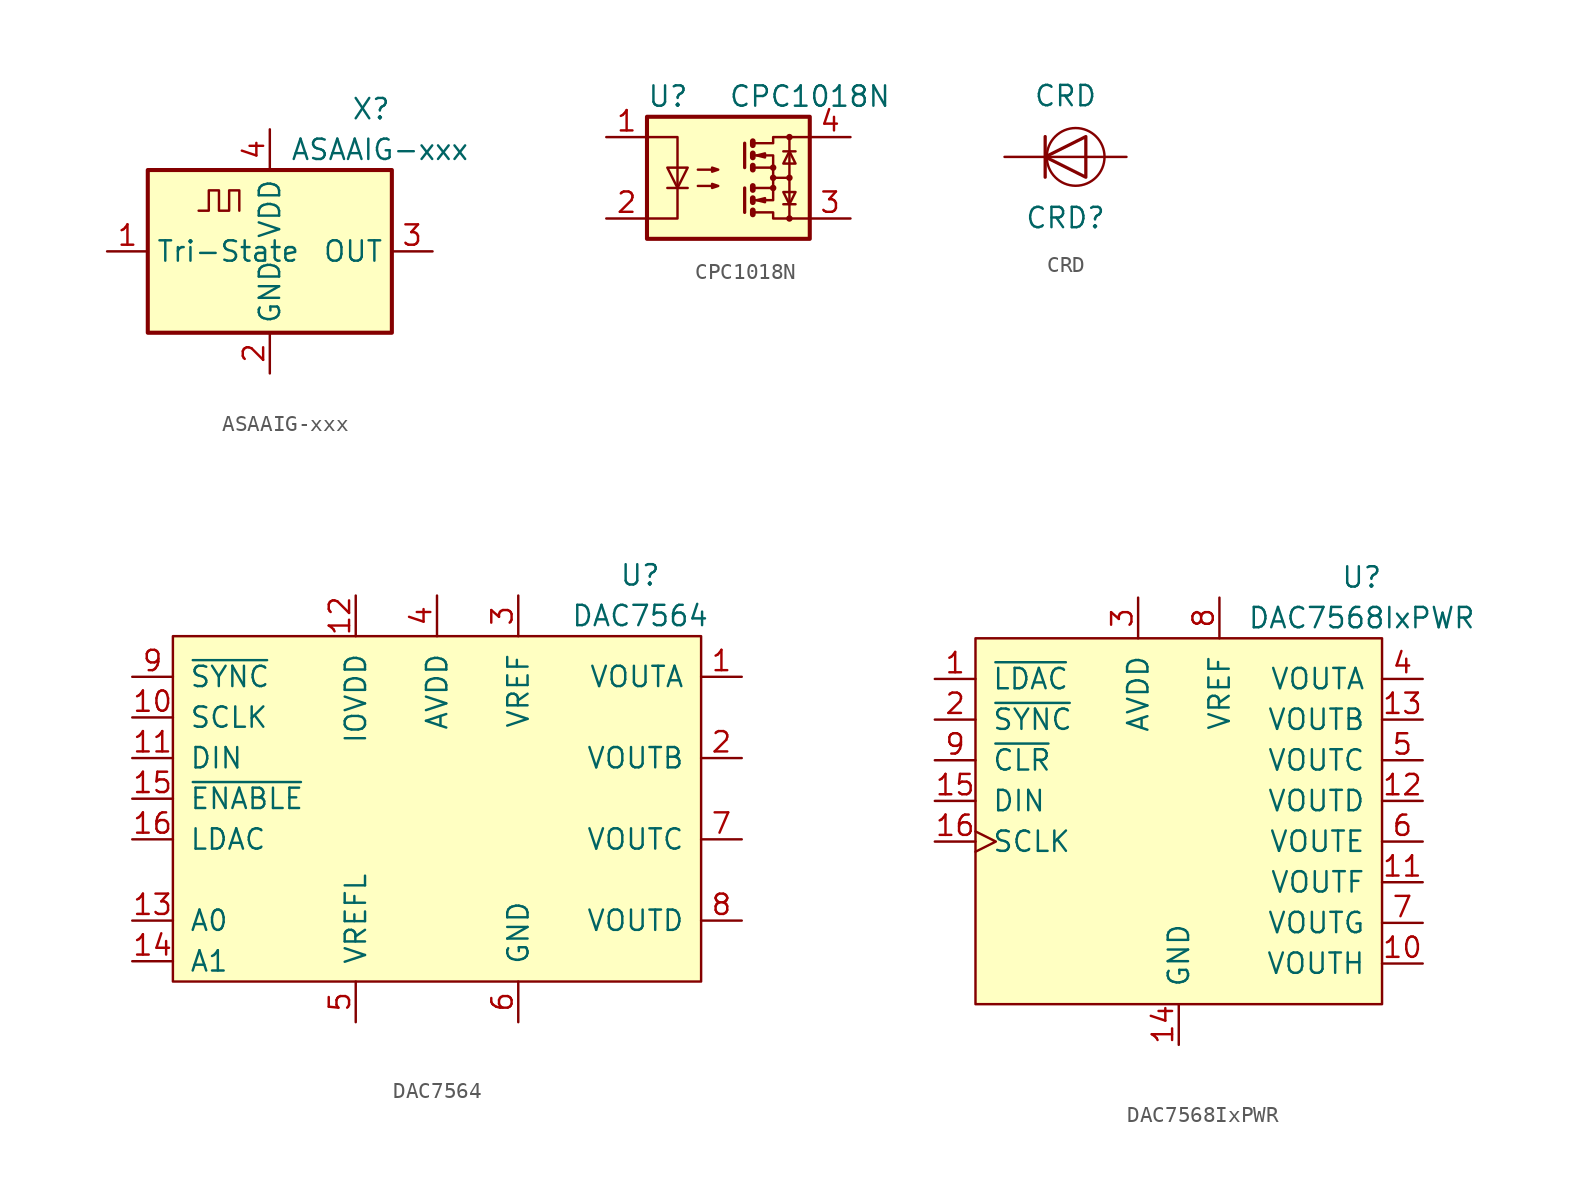
<source format=kicad_sym>
(kicad_symbol_lib
  (version 20211014)
  (generator kicad_symbol_editor)
  (symbol "ASAAIG-xxx"
    (property "Reference" "X"
      (at 5.08 8.89 0)
      (effects (font (size 1.27 1.27)) (justify left)))
    (property "Value" "ASAAIG-xxx"
      (at 1.27 6.35 0)
      (effects (font (size 1.27 1.27)) (justify left)))
    (symbol "ASAAIG-xxx_0_1"
      (rectangle (start -7.62 5.08) (end 7.62 -5.08) (stroke (width 0.254) (type default) (color 0 0 0 0)) (fill (type background)))
      (polyline (pts (xy -4.445 2.54) (xy -3.81 2.54) (xy -3.81 3.81) (xy -3.175 3.81) (xy -3.175 2.54) (xy -2.54 2.54) (xy -2.54 3.81) (xy -1.905 3.81) (xy -1.905 2.54)) (stroke (width 0) (type default) (color 0 0 0 0)) (fill (type none))))
    (symbol "ASAAIG-xxx_1_1"
      (pin input line (at -10.16 0 0) (length 2.54) (name "Tri-State" (effects (font (size 1.27 1.27)))) (number "1" (effects (font (size 1.27 1.27)))))
      (pin power_in line (at 0 -7.62 90) (length 2.54) (name "GND" (effects (font (size 1.27 1.27)))) (number "2" (effects (font (size 1.27 1.27)))))
      (pin output line (at 10.16 0 180) (length 2.54) (name "OUT" (effects (font (size 1.27 1.27)))) (number "3" (effects (font (size 1.27 1.27)))))
      (pin power_in line (at 0 7.62 270) (length 2.54) (name "VDD" (effects (font (size 1.27 1.27)))) (number "4" (effects (font (size 1.27 1.27)))))))
  (symbol "CPC1018N"
    (property "Reference" "U"
      (at -5.08 5.08 0)
      (effects (font (size 1.27 1.27)) (justify left)))
    (property "Value" "CPC1018N"
      (at 0 5.08 0)
      (effects (font (size 1.27 1.27)) (justify left)))
    (symbol "CPC1018N_0_1"
      (rectangle (start -5.08 3.81) (end 5.08 -3.81) (stroke (width 0.254) (type default) (color 0 0 0 0)) (fill (type background)))
      (polyline (pts (xy -3.81 -0.635) (xy -2.54 -0.635)) (stroke (width 0) (type default) (color 0 0 0 0)) (fill (type none)))
      (polyline (pts (xy 1.016 -0.635) (xy 1.016 -2.159)) (stroke (width 0.203) (type default) (color 0 0 0 0)) (fill (type none)))
      (polyline (pts (xy 1.016 2.159) (xy 1.016 0.635)) (stroke (width 0.203) (type default) (color 0 0 0 0)) (fill (type none)))
      (polyline (pts (xy 1.524 -0.508) (xy 1.524 -0.762)) (stroke (width 0.356) (type default) (color 0 0 0 0)) (fill (type none)))
      (polyline (pts (xy 2.794 0) (xy 3.81 0)) (stroke (width 0) (type default) (color 0 0 0 0)) (fill (type none)))
      (polyline (pts (xy 3.429 -1.651) (xy 4.191 -1.651)) (stroke (width 0) (type default) (color 0 0 0 0)) (fill (type none)))
      (polyline (pts (xy 3.429 1.651) (xy 4.191 1.651)) (stroke (width 0) (type default) (color 0 0 0 0)) (fill (type none)))
      (polyline (pts (xy 3.81 -2.54) (xy 3.81 2.54)) (stroke (width 0) (type default) (color 0 0 0 0)) (fill (type none)))
      (polyline (pts (xy 1.524 -2.032) (xy 1.524 -2.286) (xy 1.524 -2.286)) (stroke (width 0.356) (type default) (color 0 0 0 0)) (fill (type none)))
      (polyline (pts (xy 1.524 -1.27) (xy 1.524 -1.524) (xy 1.524 -1.524)) (stroke (width 0.356) (type default) (color 0 0 0 0)) (fill (type none)))
      (polyline (pts (xy 1.524 0.762) (xy 1.524 0.508) (xy 1.524 0.508)) (stroke (width 0.356) (type default) (color 0 0 0 0)) (fill (type none)))
      (polyline (pts (xy 1.524 1.524) (xy 1.524 1.27) (xy 1.524 1.27)) (stroke (width 0.356) (type default) (color 0 0 0 0)) (fill (type none)))
      (polyline (pts (xy 1.524 2.286) (xy 1.524 2.032) (xy 1.524 2.032)) (stroke (width 0.356) (type default) (color 0 0 0 0)) (fill (type none)))
      (polyline (pts (xy 1.651 -1.397) (xy 2.794 -1.397) (xy 2.794 -0.635)) (stroke (width 0) (type default) (color 0 0 0 0)) (fill (type none)))
      (polyline (pts (xy 1.651 1.397) (xy 2.794 1.397) (xy 2.794 0.635)) (stroke (width 0) (type default) (color 0 0 0 0)) (fill (type none)))
      (polyline (pts (xy -5.08 2.54) (xy -3.175 2.54) (xy -3.175 -2.54) (xy -5.08 -2.54)) (stroke (width 0) (type default) (color 0 0 0 0)) (fill (type none)))
      (polyline (pts (xy -3.175 -0.635) (xy -3.81 0.635) (xy -2.54 0.635) (xy -3.175 -0.635)) (stroke (width 0) (type default) (color 0 0 0 0)) (fill (type none)))
      (polyline (pts (xy 1.651 -2.159) (xy 2.794 -2.159) (xy 2.794 -2.54) (xy 5.08 -2.54)) (stroke (width 0) (type default) (color 0 0 0 0)) (fill (type none)))
      (polyline (pts (xy 1.651 -0.635) (xy 2.794 -0.635) (xy 2.794 0.635) (xy 1.651 0.635)) (stroke (width 0) (type default) (color 0 0 0 0)) (fill (type none)))
      (polyline (pts (xy 1.651 2.159) (xy 2.794 2.159) (xy 2.794 2.54) (xy 5.08 2.54)) (stroke (width 0) (type default) (color 0 0 0 0)) (fill (type none)))
      (polyline (pts (xy 1.778 -1.397) (xy 2.286 -1.27) (xy 2.286 -1.524) (xy 1.778 -1.397)) (stroke (width 0) (type default) (color 0 0 0 0)) (fill (type none)))
      (polyline (pts (xy 1.778 1.397) (xy 2.286 1.524) (xy 2.286 1.27) (xy 1.778 1.397)) (stroke (width 0) (type default) (color 0 0 0 0)) (fill (type none)))
      (polyline (pts (xy 3.81 -1.651) (xy 3.429 -0.889) (xy 4.191 -0.889) (xy 3.81 -1.651)) (stroke (width 0) (type default) (color 0 0 0 0)) (fill (type none)))
      (polyline (pts (xy 3.81 1.651) (xy 3.429 0.889) (xy 4.191 0.889) (xy 3.81 1.651)) (stroke (width 0) (type default) (color 0 0 0 0)) (fill (type none)))
      (polyline (pts (xy -1.905 -0.508) (xy -0.635 -0.508) (xy -1.016 -0.635) (xy -1.016 -0.381) (xy -0.635 -0.508)) (stroke (width 0) (type default) (color 0 0 0 0)) (fill (type none)))
      (polyline (pts (xy -1.905 0.508) (xy -0.635 0.508) (xy -1.016 0.381) (xy -1.016 0.635) (xy -0.635 0.508)) (stroke (width 0) (type default) (color 0 0 0 0)) (fill (type none)))
      (circle (center 2.794 -0.635) (radius 0.127) (stroke (width 0) (type default) (color 0 0 0 0)) (fill (type none)))
      (circle (center 2.794 0) (radius 0.127) (stroke (width 0) (type default) (color 0 0 0 0)) (fill (type none)))
      (circle (center 2.794 0.635) (radius 0.127) (stroke (width 0) (type default) (color 0 0 0 0)) (fill (type none)))
      (circle (center 3.81 -2.54) (radius 0.127) (stroke (width 0) (type default) (color 0 0 0 0)) (fill (type none)))
      (circle (center 3.81 0) (radius 0.127) (stroke (width 0) (type default) (color 0 0 0 0)) (fill (type none)))
      (circle (center 3.81 2.54) (radius 0.127) (stroke (width 0) (type default) (color 0 0 0 0)) (fill (type none))))
    (symbol "CPC1018N_1_1"
      (pin passive line (at -7.62 2.54 0) (length 2.54) (name "~" (effects (font (size 1.27 1.27)))) (number "1" (effects (font (size 1.27 1.27)))))
      (pin passive line (at -7.62 -2.54 0) (length 2.54) (name "~" (effects (font (size 1.27 1.27)))) (number "2" (effects (font (size 1.27 1.27)))))
      (pin passive line (at 7.62 -2.54 180) (length 2.54) (name "~" (effects (font (size 1.27 1.27)))) (number "3" (effects (font (size 1.27 1.27)))))
      (pin passive line (at 7.62 2.54 180) (length 2.54) (name "~" (effects (font (size 1.27 1.27)))) (number "4" (effects (font (size 1.27 1.27)))))))
  (symbol "CRD"
    (pin_numbers hide)
    (pin_names
      (offset 1.016) hide)
    (property "Reference" "CRD"
      (at 0 -3.81 0)
      (effects (font (size 1.27 1.27))))
    (property "Value" "CRD"
      (at 0 3.81 0)
      (effects (font (size 1.27 1.27))))
    (symbol "CRD_0_1"
      (polyline (pts (xy -1.27 1.27) (xy -1.27 -1.27)) (stroke (width 0.203) (type default) (color 0 0 0 0)) (fill (type none)))
      (polyline (pts (xy 1.27 0) (xy -1.27 0)) (stroke (width 0) (type default) (color 0 0 0 0)) (fill (type none)))
      (polyline (pts (xy 1.27 1.27) (xy 1.27 -1.27) (xy -1.27 0) (xy 1.27 1.27)) (stroke (width 0.203) (type default) (color 0 0 0 0)) (fill (type none)))
      (circle (center 0.635 0) (radius 1.803) (stroke (width 0) (type default) (color 0 0 0 0)) (fill (type none))))
    (symbol "CRD_1_1"
      (pin passive line (at -3.81 0 0) (length 2.54) (name "K" (effects (font (size 1.27 1.27)))) (number "1" (effects (font (size 1.27 1.27)))))
      (pin passive line (at 3.81 0 180) (length 2.54) (name "A" (effects (font (size 1.27 1.27)))) (number "2" (effects (font (size 1.27 1.27)))))))
  (symbol "DAC7564"
    (pin_names
      (offset 1.016))
    (property "Reference" "U"
      (at 12.7 15.24 0)
      (effects (font (size 1.27 1.27))))
    (property "Value" "DAC7564"
      (at 12.7 12.7 0)
      (effects (font (size 1.27 1.27))))
    (symbol "DAC7564_0_1"
      (rectangle (start -16.51 11.43) (end 16.51 -10.16) (stroke (width 0) (type default) (color 0 0 0 0)) (fill (type background))))
    (symbol "DAC7564_1_1"
      (pin output line (at 19.05 8.89 180) (length 2.54) (name "VOUTA" (effects (font (size 1.27 1.27)))) (number "1" (effects (font (size 1.27 1.27)))))
      (pin input line (at -19.05 6.35 0) (length 2.54) (name "SCLK" (effects (font (size 1.27 1.27)))) (number "10" (effects (font (size 1.27 1.27)))))
      (pin input line (at -19.05 3.81 0) (length 2.54) (name "DIN" (effects (font (size 1.27 1.27)))) (number "11" (effects (font (size 1.27 1.27)))))
      (pin passive line (at -5.08 13.97 270) (length 2.54) (name "IOVDD" (effects (font (size 1.27 1.27)))) (number "12" (effects (font (size 1.27 1.27)))))
      (pin input line (at -19.05 -6.35 0) (length 2.54) (name "A0" (effects (font (size 1.27 1.27)))) (number "13" (effects (font (size 1.27 1.27)))))
      (pin input line (at -19.05 -8.89 0) (length 2.54) (name "A1" (effects (font (size 1.27 1.27)))) (number "14" (effects (font (size 1.27 1.27)))))
      (pin input line (at -19.05 1.27 0) (length 2.54) (name "~{ENABLE}" (effects (font (size 1.27 1.27)))) (number "15" (effects (font (size 1.27 1.27)))))
      (pin input line (at -19.05 -1.27 0) (length 2.54) (name "LDAC" (effects (font (size 1.27 1.27)))) (number "16" (effects (font (size 1.27 1.27)))))
      (pin output line (at 19.05 3.81 180) (length 2.54) (name "VOUTB" (effects (font (size 1.27 1.27)))) (number "2" (effects (font (size 1.27 1.27)))))
      (pin passive line (at 5.08 13.97 270) (length 2.54) (name "VREF" (effects (font (size 1.27 1.27)))) (number "3" (effects (font (size 1.27 1.27)))))
      (pin passive line (at 0 13.97 270) (length 2.54) (name "AVDD" (effects (font (size 1.27 1.27)))) (number "4" (effects (font (size 1.27 1.27)))))
      (pin passive line (at -5.08 -12.7 90) (length 2.54) (name "VREFL" (effects (font (size 1.27 1.27)))) (number "5" (effects (font (size 1.27 1.27)))))
      (pin passive line (at 5.08 -12.7 90) (length 2.54) (name "GND" (effects (font (size 1.27 1.27)))) (number "6" (effects (font (size 1.27 1.27)))))
      (pin output line (at 19.05 -1.27 180) (length 2.54) (name "VOUTC" (effects (font (size 1.27 1.27)))) (number "7" (effects (font (size 1.27 1.27)))))
      (pin output line (at 19.05 -6.35 180) (length 2.54) (name "VOUTD" (effects (font (size 1.27 1.27)))) (number "8" (effects (font (size 1.27 1.27)))))
      (pin input line (at -19.05 8.89 0) (length 2.54) (name "~{SYNC}" (effects (font (size 1.27 1.27)))) (number "9" (effects (font (size 1.27 1.27)))))))
  (symbol "DAC7568IxPWR"
    (pin_names
      (offset 1.016))
    (property "Reference" "U"
      (at 11.43 15.24 0)
      (effects (font (size 1.27 1.27))))
    (property "Value" "DAC7568IxPWR"
      (at 11.43 12.7 0)
      (effects (font (size 1.27 1.27))))
    (symbol "DAC7568IxPWR_0_1"
      (rectangle (start -12.7 11.43) (end 12.7 -11.43) (stroke (width 0) (type default) (color 0 0 0 0)) (fill (type background))))
    (symbol "DAC7568IxPWR_1_1"
      (pin input line (at -15.24 8.89 0) (length 2.54) (name "~{LDAC}" (effects (font (size 1.27 1.27)))) (number "1" (effects (font (size 1.27 1.27)))))
      (pin output line (at 15.24 -8.89 180) (length 2.54) (name "VOUTH" (effects (font (size 1.27 1.27)))) (number "10" (effects (font (size 1.27 1.27)))))
      (pin output line (at 15.24 -3.81 180) (length 2.54) (name "VOUTF" (effects (font (size 1.27 1.27)))) (number "11" (effects (font (size 1.27 1.27)))))
      (pin output line (at 15.24 1.27 180) (length 2.54) (name "VOUTD" (effects (font (size 1.27 1.27)))) (number "12" (effects (font (size 1.27 1.27)))))
      (pin output line (at 15.24 6.35 180) (length 2.54) (name "VOUTB" (effects (font (size 1.27 1.27)))) (number "13" (effects (font (size 1.27 1.27)))))
      (pin passive line (at 0 -13.97 90) (length 2.54) (name "GND" (effects (font (size 1.27 1.27)))) (number "14" (effects (font (size 1.27 1.27)))))
      (pin input line (at -15.24 1.27 0) (length 2.54) (name "DIN" (effects (font (size 1.27 1.27)))) (number "15" (effects (font (size 1.27 1.27)))))
      (pin input clock (at -15.24 -1.27 0) (length 2.54) (name "SCLK" (effects (font (size 1.27 1.27)))) (number "16" (effects (font (size 1.27 1.27)))))
      (pin input line (at -15.24 6.35 0) (length 2.54) (name "~{SYNC}" (effects (font (size 1.27 1.27)))) (number "2" (effects (font (size 1.27 1.27)))))
      (pin passive line (at -2.54 13.97 270) (length 2.54) (name "AVDD" (effects (font (size 1.27 1.27)))) (number "3" (effects (font (size 1.27 1.27)))))
      (pin output line (at 15.24 8.89 180) (length 2.54) (name "VOUTA" (effects (font (size 1.27 1.27)))) (number "4" (effects (font (size 1.27 1.27)))))
      (pin output line (at 15.24 3.81 180) (length 2.54) (name "VOUTC" (effects (font (size 1.27 1.27)))) (number "5" (effects (font (size 1.27 1.27)))))
      (pin output line (at 15.24 -1.27 180) (length 2.54) (name "VOUTE" (effects (font (size 1.27 1.27)))) (number "6" (effects (font (size 1.27 1.27)))))
      (pin output line (at 15.24 -6.35 180) (length 2.54) (name "VOUTG" (effects (font (size 1.27 1.27)))) (number "7" (effects (font (size 1.27 1.27)))))
      (pin passive line (at 2.54 13.97 270) (length 2.54) (name "VREF" (effects (font (size 1.27 1.27)))) (number "8" (effects (font (size 1.27 1.27)))))
      (pin input line (at -15.24 3.81 0) (length 2.54) (name "~{CLR}" (effects (font (size 1.27 1.27)))) (number "9" (effects (font (size 1.27 1.27))))))))
</source>
